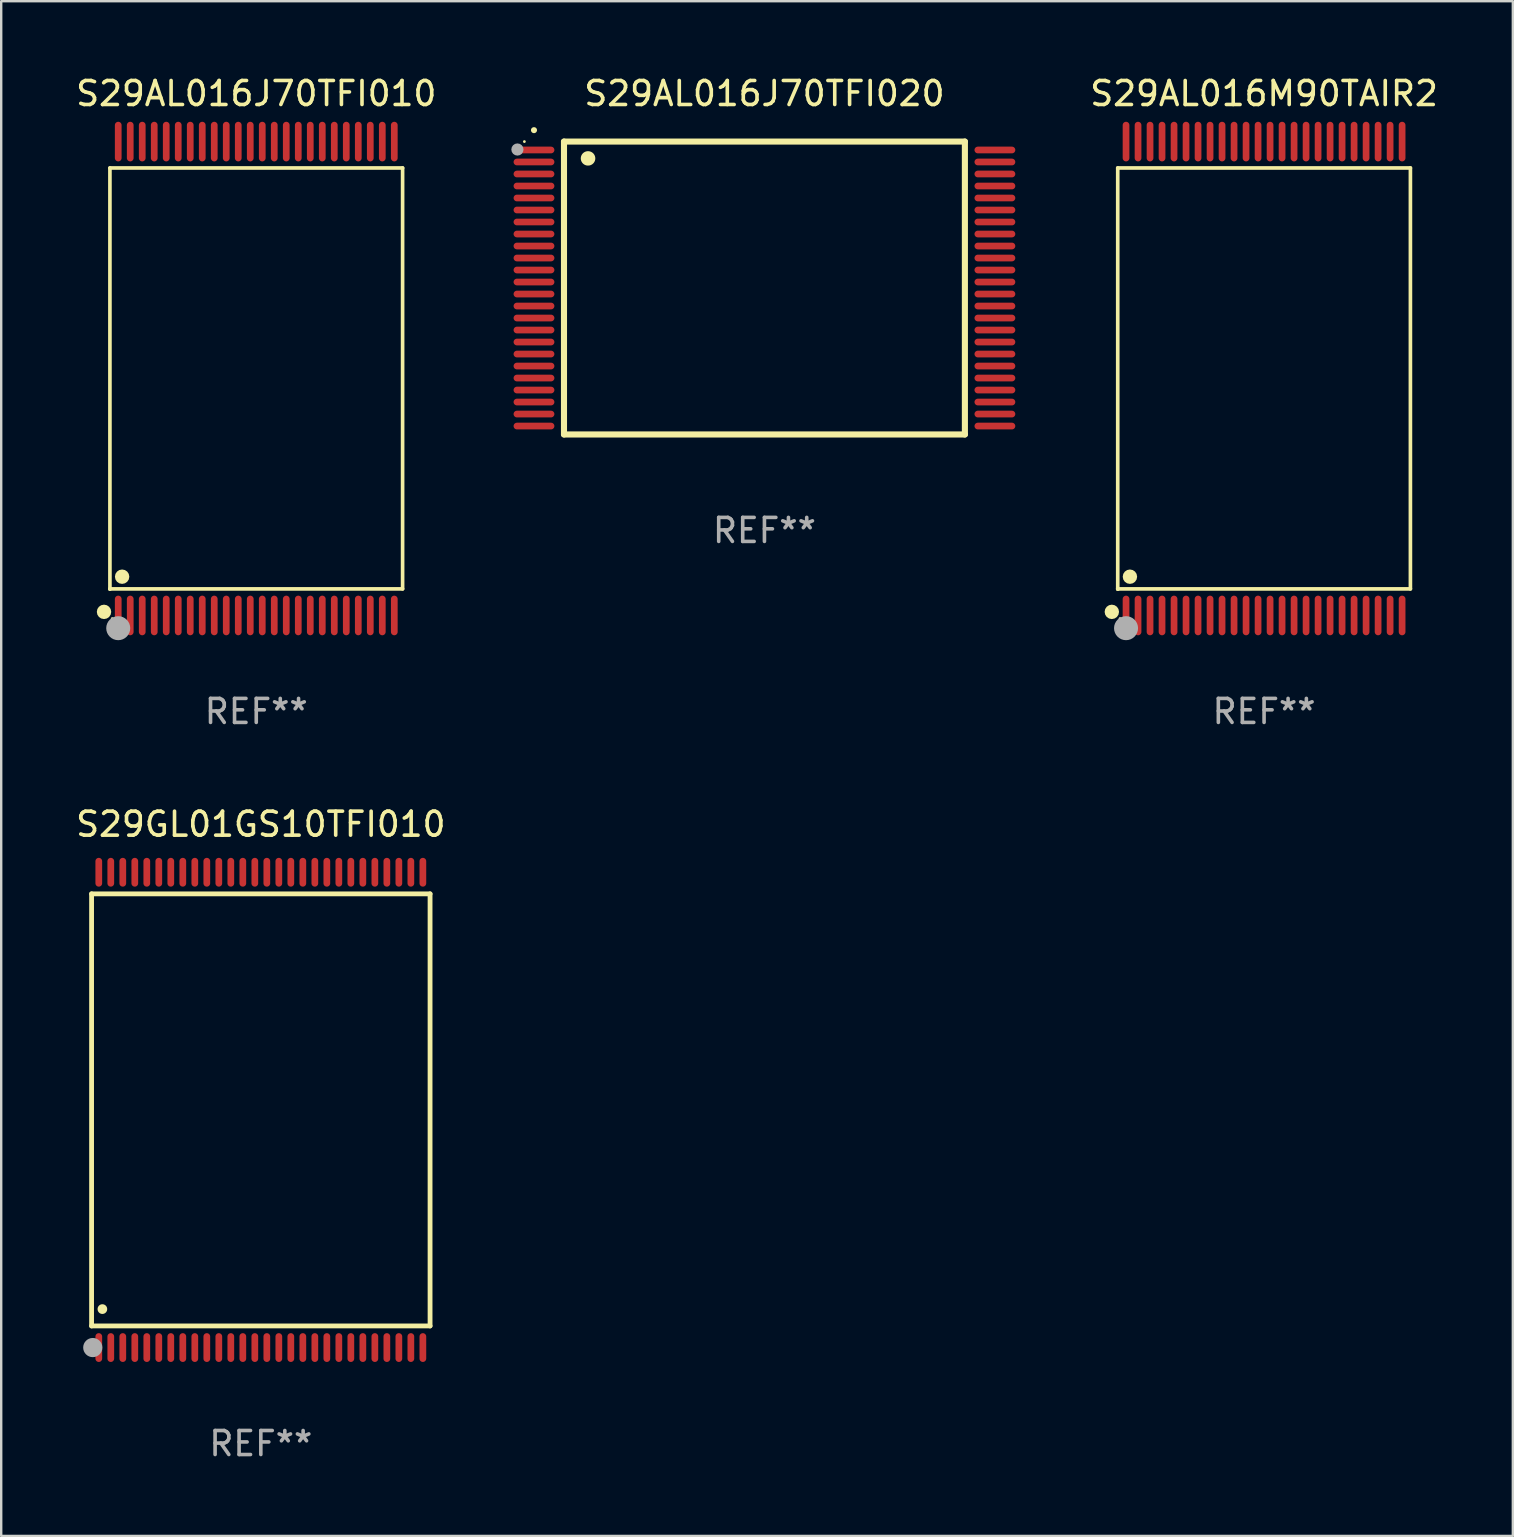
<source format=kicad_pcb>
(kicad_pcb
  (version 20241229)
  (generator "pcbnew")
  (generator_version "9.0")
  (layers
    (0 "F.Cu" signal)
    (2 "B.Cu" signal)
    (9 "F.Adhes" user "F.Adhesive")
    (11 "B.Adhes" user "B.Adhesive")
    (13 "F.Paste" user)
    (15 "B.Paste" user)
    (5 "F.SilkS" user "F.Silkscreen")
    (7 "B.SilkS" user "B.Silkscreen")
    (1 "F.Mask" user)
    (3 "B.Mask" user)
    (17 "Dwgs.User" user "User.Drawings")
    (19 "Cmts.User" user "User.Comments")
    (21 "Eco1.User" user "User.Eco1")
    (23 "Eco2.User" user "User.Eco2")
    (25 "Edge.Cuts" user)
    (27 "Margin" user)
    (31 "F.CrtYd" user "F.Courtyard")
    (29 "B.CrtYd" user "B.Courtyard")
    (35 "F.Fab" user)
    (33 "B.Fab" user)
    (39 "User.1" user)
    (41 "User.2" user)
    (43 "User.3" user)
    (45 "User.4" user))
  (footprint "S29AL016J70TFI010"
    (layer "F.Cu")
    (at 7.625 12.718)
    (property "Reference" "S29AL016J70TFI010" (at 0 -11.87 0) (layer "F.SilkS") (effects (font (size 1 1) (thickness 0.15))))
    (attr through_hole)
    (fp_line (start -6.096 -8.771) (end 6.096 -8.771) (stroke (width 0.152) (type solid)) (layer "F.SilkS"))
    (fp_line (start -6.096 8.763) (end -6.096 8.771) (stroke (width 0.152) (type solid)) (layer "F.SilkS"))
    (fp_line (start -6.096 8.771) (end -6.096 -8.771) (stroke (width 0.152) (type solid)) (layer "F.SilkS"))
    (fp_line (start 6.096 -8.771) (end 6.096 8.763) (stroke (width 0.152) (type solid)) (layer "F.SilkS"))
    (fp_line (start 6.096 8.763) (end -6.096 8.763) (stroke (width 0.152) (type solid)) (layer "F.SilkS"))
    (fp_circle (center -6.342 9.72) (end -6.192 9.72) (stroke (width 0.3) (type solid)) (fill no) (layer "F.SilkS"))
    (fp_circle (center -6 10) (end -5.97 10) (stroke (width 0.06) (type solid)) (fill no) (layer "F.SilkS"))
    (fp_circle (center -5.588 8.255) (end -5.438 8.255) (stroke (width 0.3) (type solid)) (fill no) (layer "F.SilkS"))
    (fp_circle (center -5.75 10.4) (end -5.5 10.4) (stroke (width 0.5) (type solid)) (fill no) (layer "F.Fab"))
    (fp_text user "REF**" (at 0 13.87 0) (layer "F.Fab") (effects (font (size 1 1) (thickness 0.15))))
    (pad "1" smd oval (at -5.75 9.87) (size 0.28 1.65) (layers "F.Cu" "F.Mask" "F.Paste"))
    (pad "2" smd oval (at -5.25 9.87) (size 0.28 1.65) (layers "F.Cu" "F.Mask" "F.Paste"))
    (pad "3" smd oval (at -4.75 9.87) (size 0.28 1.65) (layers "F.Cu" "F.Mask" "F.Paste"))
    (pad "4" smd oval (at -4.25 9.87) (size 0.28 1.65) (layers "F.Cu" "F.Mask" "F.Paste"))
    (pad "5" smd oval (at -3.75 9.87) (size 0.28 1.65) (layers "F.Cu" "F.Mask" "F.Paste"))
    (pad "6" smd oval (at -3.25 9.87) (size 0.28 1.65) (layers "F.Cu" "F.Mask" "F.Paste"))
    (pad "7" smd oval (at -2.75 9.87) (size 0.28 1.65) (layers "F.Cu" "F.Mask" "F.Paste"))
    (pad "8" smd oval (at -2.25 9.87) (size 0.28 1.65) (layers "F.Cu" "F.Mask" "F.Paste"))
    (pad "9" smd oval (at -1.75 9.87) (size 0.28 1.65) (layers "F.Cu" "F.Mask" "F.Paste"))
    (pad "10" smd oval (at -1.25 9.87) (size 0.28 1.65) (layers "F.Cu" "F.Mask" "F.Paste"))
    (pad "11" smd oval (at -0.75 9.87) (size 0.28 1.65) (layers "F.Cu" "F.Mask" "F.Paste"))
    (pad "12" smd oval (at -0.25 9.87) (size 0.28 1.65) (layers "F.Cu" "F.Mask" "F.Paste"))
    (pad "13" smd oval (at 0.25 9.87) (size 0.28 1.65) (layers "F.Cu" "F.Mask" "F.Paste"))
    (pad "14" smd oval (at 0.75 9.87) (size 0.28 1.65) (layers "F.Cu" "F.Mask" "F.Paste"))
    (pad "15" smd oval (at 1.25 9.87) (size 0.28 1.65) (layers "F.Cu" "F.Mask" "F.Paste"))
    (pad "16" smd oval (at 1.75 9.87) (size 0.28 1.65) (layers "F.Cu" "F.Mask" "F.Paste"))
    (pad "17" smd oval (at 2.25 9.87) (size 0.28 1.65) (layers "F.Cu" "F.Mask" "F.Paste"))
    (pad "18" smd oval (at 2.75 9.87) (size 0.28 1.65) (layers "F.Cu" "F.Mask" "F.Paste"))
    (pad "19" smd oval (at 3.25 9.87) (size 0.28 1.65) (layers "F.Cu" "F.Mask" "F.Paste"))
    (pad "20" smd oval (at 3.75 9.87) (size 0.28 1.65) (layers "F.Cu" "F.Mask" "F.Paste"))
    (pad "21" smd oval (at 4.25 9.87) (size 0.28 1.65) (layers "F.Cu" "F.Mask" "F.Paste"))
    (pad "22" smd oval (at 4.75 9.87) (size 0.28 1.65) (layers "F.Cu" "F.Mask" "F.Paste"))
    (pad "23" smd oval (at 5.25 9.87) (size 0.28 1.65) (layers "F.Cu" "F.Mask" "F.Paste"))
    (pad "24" smd oval (at 5.75 9.87) (size 0.28 1.65) (layers "F.Cu" "F.Mask" "F.Paste"))
    (pad "25" smd oval (at 5.75 -9.87) (size 0.28 1.65) (layers "F.Cu" "F.Mask" "F.Paste"))
    (pad "26" smd oval (at 5.25 -9.87) (size 0.28 1.65) (layers "F.Cu" "F.Mask" "F.Paste"))
    (pad "27" smd oval (at 4.75 -9.87) (size 0.28 1.65) (layers "F.Cu" "F.Mask" "F.Paste"))
    (pad "28" smd oval (at 4.25 -9.87) (size 0.28 1.65) (layers "F.Cu" "F.Mask" "F.Paste"))
    (pad "29" smd oval (at 3.75 -9.87) (size 0.28 1.65) (layers "F.Cu" "F.Mask" "F.Paste"))
    (pad "30" smd oval (at 3.25 -9.87) (size 0.28 1.65) (layers "F.Cu" "F.Mask" "F.Paste"))
    (pad "31" smd oval (at 2.75 -9.87) (size 0.28 1.65) (layers "F.Cu" "F.Mask" "F.Paste"))
    (pad "32" smd oval (at 2.25 -9.87) (size 0.28 1.65) (layers "F.Cu" "F.Mask" "F.Paste"))
    (pad "33" smd oval (at 1.75 -9.87) (size 0.28 1.65) (layers "F.Cu" "F.Mask" "F.Paste"))
    (pad "34" smd oval (at 1.25 -9.87) (size 0.28 1.65) (layers "F.Cu" "F.Mask" "F.Paste"))
    (pad "35" smd oval (at 0.75 -9.87) (size 0.28 1.65) (layers "F.Cu" "F.Mask" "F.Paste"))
    (pad "36" smd oval (at 0.25 -9.87) (size 0.28 1.65) (layers "F.Cu" "F.Mask" "F.Paste"))
    (pad "37" smd oval (at -0.25 -9.87) (size 0.28 1.65) (layers "F.Cu" "F.Mask" "F.Paste"))
    (pad "38" smd oval (at -0.75 -9.87) (size 0.28 1.65) (layers "F.Cu" "F.Mask" "F.Paste"))
    (pad "39" smd oval (at -1.25 -9.87) (size 0.28 1.65) (layers "F.Cu" "F.Mask" "F.Paste"))
    (pad "40" smd oval (at -1.75 -9.87) (size 0.28 1.65) (layers "F.Cu" "F.Mask" "F.Paste"))
    (pad "41" smd oval (at -2.25 -9.87) (size 0.28 1.65) (layers "F.Cu" "F.Mask" "F.Paste"))
    (pad "42" smd oval (at -2.75 -9.87) (size 0.28 1.65) (layers "F.Cu" "F.Mask" "F.Paste"))
    (pad "43" smd oval (at -3.25 -9.87) (size 0.28 1.65) (layers "F.Cu" "F.Mask" "F.Paste"))
    (pad "44" smd oval (at -3.75 -9.87) (size 0.28 1.65) (layers "F.Cu" "F.Mask" "F.Paste"))
    (pad "45" smd oval (at -4.25 -9.87) (size 0.28 1.65) (layers "F.Cu" "F.Mask" "F.Paste"))
    (pad "46" smd oval (at -4.75 -9.87) (size 0.28 1.65) (layers "F.Cu" "F.Mask" "F.Paste"))
    (pad "47" smd oval (at -5.25 -9.87) (size 0.28 1.65) (layers "F.Cu" "F.Mask" "F.Paste"))
    (pad "48" smd oval (at -5.75 -9.87) (size 0.28 1.65) (layers "F.Cu" "F.Mask" "F.Paste")))
  (footprint "S29GL01GS10TFI010"
    (layer "F.Cu")
    (at 7.815 43.185)
    (property "Reference" "S29GL01GS10TFI010" (at 0 -11.9 0) (layer "F.SilkS") (effects (font (size 1 1) (thickness 0.15))))
    (attr through_hole)
    (fp_line (start -7.05 -9) (end 7.05 -9) (stroke (width 0.2) (type solid)) (layer "F.SilkS"))
    (fp_line (start -7.05 9) (end -7.05 -9) (stroke (width 0.2) (type solid)) (layer "F.SilkS"))
    (fp_line (start 7.05 9) (end -7.05 9) (stroke (width 0.2) (type solid)) (layer "F.SilkS"))
    (fp_line (start 7.05 9) (end 7.05 -9) (stroke (width 0.2) (type solid)) (layer "F.SilkS"))
    (fp_arc (start -6.600025 8.300025) (mid -6.600041 8.297485) (end -6.600025 8.294945) (stroke (width 0.4) (type solid)) (layer "F.SilkS"))
    (fp_circle (center -7 10) (end -6.97 10) (stroke (width 0.06) (type solid)) (fill no) (layer "F.SilkS"))
    (fp_circle (center -7 9.9) (end -6.8 9.9) (stroke (width 0.4) (type solid)) (fill no) (layer "F.Fab"))
    (fp_text user "REF**" (at 0 13.9 0) (layer "F.Fab") (effects (font (size 1 1) (thickness 0.15))))
    (pad "1" smd oval (at -6.75 9.9) (size 0.28 1.2) (layers "F.Cu" "F.Mask" "F.Paste"))
    (pad "2" smd oval (at -6.25 9.9) (size 0.28 1.2) (layers "F.Cu" "F.Mask" "F.Paste"))
    (pad "3" smd oval (at -5.75 9.9) (size 0.28 1.2) (layers "F.Cu" "F.Mask" "F.Paste"))
    (pad "4" smd oval (at -5.25 9.9) (size 0.28 1.2) (layers "F.Cu" "F.Mask" "F.Paste"))
    (pad "5" smd oval (at -4.75 9.9) (size 0.28 1.2) (layers "F.Cu" "F.Mask" "F.Paste"))
    (pad "6" smd oval (at -4.25 9.9) (size 0.28 1.2) (layers "F.Cu" "F.Mask" "F.Paste"))
    (pad "7" smd oval (at -3.75 9.9) (size 0.28 1.2) (layers "F.Cu" "F.Mask" "F.Paste"))
    (pad "8" smd oval (at -3.25 9.9) (size 0.28 1.2) (layers "F.Cu" "F.Mask" "F.Paste"))
    (pad "9" smd oval (at -2.75 9.9) (size 0.28 1.2) (layers "F.Cu" "F.Mask" "F.Paste"))
    (pad "10" smd oval (at -2.25 9.9) (size 0.28 1.2) (layers "F.Cu" "F.Mask" "F.Paste"))
    (pad "11" smd oval (at -1.75 9.9) (size 0.28 1.2) (layers "F.Cu" "F.Mask" "F.Paste"))
    (pad "12" smd oval (at -1.25 9.9) (size 0.28 1.2) (layers "F.Cu" "F.Mask" "F.Paste"))
    (pad "13" smd oval (at -0.75 9.9) (size 0.28 1.2) (layers "F.Cu" "F.Mask" "F.Paste"))
    (pad "14" smd oval (at -0.25 9.9) (size 0.28 1.2) (layers "F.Cu" "F.Mask" "F.Paste"))
    (pad "15" smd oval (at 0.25 9.9) (size 0.28 1.2) (layers "F.Cu" "F.Mask" "F.Paste"))
    (pad "16" smd oval (at 0.75 9.9) (size 0.28 1.2) (layers "F.Cu" "F.Mask" "F.Paste"))
    (pad "17" smd oval (at 1.25 9.9) (size 0.28 1.2) (layers "F.Cu" "F.Mask" "F.Paste"))
    (pad "18" smd oval (at 1.75 9.9) (size 0.28 1.2) (layers "F.Cu" "F.Mask" "F.Paste"))
    (pad "19" smd oval (at 2.25 9.9) (size 0.28 1.2) (layers "F.Cu" "F.Mask" "F.Paste"))
    (pad "20" smd oval (at 2.75 9.9) (size 0.28 1.2) (layers "F.Cu" "F.Mask" "F.Paste"))
    (pad "21" smd oval (at 3.25 9.9) (size 0.28 1.2) (layers "F.Cu" "F.Mask" "F.Paste"))
    (pad "22" smd oval (at 3.75 9.9) (size 0.28 1.2) (layers "F.Cu" "F.Mask" "F.Paste"))
    (pad "23" smd oval (at 4.25 9.9) (size 0.28 1.2) (layers "F.Cu" "F.Mask" "F.Paste"))
    (pad "24" smd oval (at 4.75 9.9) (size 0.28 1.2) (layers "F.Cu" "F.Mask" "F.Paste"))
    (pad "25" smd oval (at 5.25 9.9) (size 0.28 1.2) (layers "F.Cu" "F.Mask" "F.Paste"))
    (pad "26" smd oval (at 5.75 9.9) (size 0.28 1.2) (layers "F.Cu" "F.Mask" "F.Paste"))
    (pad "27" smd oval (at 6.25 9.9) (size 0.28 1.2) (layers "F.Cu" "F.Mask" "F.Paste"))
    (pad "28" smd oval (at 6.75 9.9) (size 0.28 1.2) (layers "F.Cu" "F.Mask" "F.Paste"))
    (pad "29" smd oval (at 6.75 -9.9) (size 0.28 1.2) (layers "F.Cu" "F.Mask" "F.Paste"))
    (pad "30" smd oval (at 6.25 -9.9) (size 0.28 1.2) (layers "F.Cu" "F.Mask" "F.Paste"))
    (pad "31" smd oval (at 5.75 -9.9) (size 0.28 1.2) (layers "F.Cu" "F.Mask" "F.Paste"))
    (pad "32" smd oval (at 5.25 -9.9) (size 0.28 1.2) (layers "F.Cu" "F.Mask" "F.Paste"))
    (pad "33" smd oval (at 4.75 -9.9) (size 0.28 1.2) (layers "F.Cu" "F.Mask" "F.Paste"))
    (pad "34" smd oval (at 4.25 -9.9) (size 0.28 1.2) (layers "F.Cu" "F.Mask" "F.Paste"))
    (pad "35" smd oval (at 3.75 -9.9) (size 0.28 1.2) (layers "F.Cu" "F.Mask" "F.Paste"))
    (pad "36" smd oval (at 3.25 -9.9) (size 0.28 1.2) (layers "F.Cu" "F.Mask" "F.Paste"))
    (pad "37" smd oval (at 2.75 -9.9) (size 0.28 1.2) (layers "F.Cu" "F.Mask" "F.Paste"))
    (pad "38" smd oval (at 2.25 -9.9) (size 0.28 1.2) (layers "F.Cu" "F.Mask" "F.Paste"))
    (pad "39" smd oval (at 1.75 -9.9) (size 0.28 1.2) (layers "F.Cu" "F.Mask" "F.Paste"))
    (pad "40" smd oval (at 1.25 -9.9) (size 0.28 1.2) (layers "F.Cu" "F.Mask" "F.Paste"))
    (pad "41" smd oval (at 0.75 -9.9) (size 0.28 1.2) (layers "F.Cu" "F.Mask" "F.Paste"))
    (pad "42" smd oval (at 0.25 -9.9) (size 0.28 1.2) (layers "F.Cu" "F.Mask" "F.Paste"))
    (pad "43" smd oval (at -0.25 -9.9) (size 0.28 1.2) (layers "F.Cu" "F.Mask" "F.Paste"))
    (pad "44" smd oval (at -0.75 -9.9) (size 0.28 1.2) (layers "F.Cu" "F.Mask" "F.Paste"))
    (pad "45" smd oval (at -1.25 -9.9) (size 0.28 1.2) (layers "F.Cu" "F.Mask" "F.Paste"))
    (pad "46" smd oval (at -1.75 -9.9) (size 0.28 1.2) (layers "F.Cu" "F.Mask" "F.Paste"))
    (pad "47" smd oval (at -2.25 -9.9) (size 0.28 1.2) (layers "F.Cu" "F.Mask" "F.Paste"))
    (pad "48" smd oval (at -2.75 -9.9) (size 0.28 1.2) (layers "F.Cu" "F.Mask" "F.Paste"))
    (pad "49" smd oval (at -3.25 -9.9) (size 0.28 1.2) (layers "F.Cu" "F.Mask" "F.Paste"))
    (pad "50" smd oval (at -3.75 -9.9) (size 0.28 1.2) (layers "F.Cu" "F.Mask" "F.Paste"))
    (pad "51" smd oval (at -4.25 -9.9) (size 0.28 1.2) (layers "F.Cu" "F.Mask" "F.Paste"))
    (pad "52" smd oval (at -4.75 -9.9) (size 0.28 1.2) (layers "F.Cu" "F.Mask" "F.Paste"))
    (pad "53" smd oval (at -5.25 -9.9) (size 0.28 1.2) (layers "F.Cu" "F.Mask" "F.Paste"))
    (pad "54" smd oval (at -5.75 -9.9) (size 0.28 1.2) (layers "F.Cu" "F.Mask" "F.Paste"))
    (pad "55" smd oval (at -6.25 -9.9) (size 0.28 1.2) (layers "F.Cu" "F.Mask" "F.Paste"))
    (pad "56" smd oval (at -6.75 -9.9) (size 0.28 1.2) (layers "F.Cu" "F.Mask" "F.Paste")))
  (footprint "S29AL016J70TFI020"
    (layer "F.Cu")
    (at 28.794 8.948)
    (property "Reference" "S29AL016J70TFI020" (at 0 -8.1 0) (layer "F.SilkS") (effects (font (size 1 1) (thickness 0.15))))
    (attr through_hole)
    (fp_line (start -8.35 -6.1) (end 8.35 -6.1) (stroke (width 0.254) (type solid)) (layer "F.SilkS"))
    (fp_line (start -8.35 6.1) (end -8.35 -6.1) (stroke (width 0.254) (type solid)) (layer "F.SilkS"))
    (fp_line (start 8.35 -6.1) (end 8.35 6.1) (stroke (width 0.254) (type solid)) (layer "F.SilkS"))
    (fp_line (start 8.35 6.1) (end -8.35 6.1) (stroke (width 0.254) (type solid)) (layer "F.SilkS"))
    (fp_arc (start -9.601219 -6.57606) (mid -9.599949 -6.576066) (end -9.598679 -6.57606) (stroke (width 0.25) (type solid)) (layer "F.SilkS"))
    (fp_arc (start -7.350775 -5.400038) (mid -7.348235 -5.400049) (end -7.345695 -5.400038) (stroke (width 0.6) (type solid)) (layer "F.SilkS"))
    (fp_circle (center -10 -6.1) (end -9.97 -6.1) (stroke (width 0.06) (type solid)) (fill no) (layer "F.SilkS"))
    (fp_circle (center -10.29 -5.77) (end -10.163 -5.77) (stroke (width 0.254) (type solid)) (fill no) (layer "F.Fab"))
    (fp_text user "REF**" (at 0 10.1 0) (layer "F.Fab") (effects (font (size 1 1) (thickness 0.15))))
    (pad "1" smd oval (at -9.6 -5.75 90) (size 0.28 1.7) (layers "F.Cu" "F.Mask" "F.Paste"))
    (pad "2" smd oval (at -9.6 -5.25 90) (size 0.28 1.7) (layers "F.Cu" "F.Mask" "F.Paste"))
    (pad "3" smd oval (at -9.6 -4.75 90) (size 0.28 1.7) (layers "F.Cu" "F.Mask" "F.Paste"))
    (pad "4" smd oval (at -9.6 -4.25 90) (size 0.28 1.7) (layers "F.Cu" "F.Mask" "F.Paste"))
    (pad "5" smd oval (at -9.6 -3.75 90) (size 0.28 1.7) (layers "F.Cu" "F.Mask" "F.Paste"))
    (pad "6" smd oval (at -9.6 -3.25 90) (size 0.28 1.7) (layers "F.Cu" "F.Mask" "F.Paste"))
    (pad "7" smd oval (at -9.6 -2.75 90) (size 0.28 1.7) (layers "F.Cu" "F.Mask" "F.Paste"))
    (pad "8" smd oval (at -9.6 -2.25 90) (size 0.28 1.7) (layers "F.Cu" "F.Mask" "F.Paste"))
    (pad "9" smd oval (at -9.6 -1.75 90) (size 0.28 1.7) (layers "F.Cu" "F.Mask" "F.Paste"))
    (pad "10" smd oval (at -9.6 -1.25 90) (size 0.28 1.7) (layers "F.Cu" "F.Mask" "F.Paste"))
    (pad "11" smd oval (at -9.6 -0.75 90) (size 0.28 1.7) (layers "F.Cu" "F.Mask" "F.Paste"))
    (pad "12" smd oval (at -9.6 -0.25 90) (size 0.28 1.7) (layers "F.Cu" "F.Mask" "F.Paste"))
    (pad "13" smd oval (at -9.6 0.25 90) (size 0.28 1.7) (layers "F.Cu" "F.Mask" "F.Paste"))
    (pad "14" smd oval (at -9.6 0.75 90) (size 0.28 1.7) (layers "F.Cu" "F.Mask" "F.Paste"))
    (pad "15" smd oval (at -9.6 1.25 90) (size 0.28 1.7) (layers "F.Cu" "F.Mask" "F.Paste"))
    (pad "16" smd oval (at -9.6 1.75 90) (size 0.28 1.7) (layers "F.Cu" "F.Mask" "F.Paste"))
    (pad "17" smd oval (at -9.6 2.25 90) (size 0.28 1.7) (layers "F.Cu" "F.Mask" "F.Paste"))
    (pad "18" smd oval (at -9.6 2.75 90) (size 0.28 1.7) (layers "F.Cu" "F.Mask" "F.Paste"))
    (pad "19" smd oval (at -9.6 3.25 90) (size 0.28 1.7) (layers "F.Cu" "F.Mask" "F.Paste"))
    (pad "20" smd oval (at -9.6 3.75 90) (size 0.28 1.7) (layers "F.Cu" "F.Mask" "F.Paste"))
    (pad "21" smd oval (at -9.6 4.25 90) (size 0.28 1.7) (layers "F.Cu" "F.Mask" "F.Paste"))
    (pad "22" smd oval (at -9.6 4.75 90) (size 0.28 1.7) (layers "F.Cu" "F.Mask" "F.Paste"))
    (pad "23" smd oval (at -9.6 5.25 90) (size 0.28 1.7) (layers "F.Cu" "F.Mask" "F.Paste"))
    (pad "24" smd oval (at -9.6 5.75 90) (size 0.28 1.7) (layers "F.Cu" "F.Mask" "F.Paste"))
    (pad "25" smd oval (at 9.6 5.75 90) (size 0.28 1.7) (layers "F.Cu" "F.Mask" "F.Paste"))
    (pad "26" smd oval (at 9.6 5.25 90) (size 0.28 1.7) (layers "F.Cu" "F.Mask" "F.Paste"))
    (pad "27" smd oval (at 9.6 4.75 90) (size 0.28 1.7) (layers "F.Cu" "F.Mask" "F.Paste"))
    (pad "28" smd oval (at 9.6 4.25 90) (size 0.28 1.7) (layers "F.Cu" "F.Mask" "F.Paste"))
    (pad "29" smd oval (at 9.6 3.75 90) (size 0.28 1.7) (layers "F.Cu" "F.Mask" "F.Paste"))
    (pad "30" smd oval (at 9.6 3.25 90) (size 0.28 1.7) (layers "F.Cu" "F.Mask" "F.Paste"))
    (pad "31" smd oval (at 9.6 2.75 90) (size 0.28 1.7) (layers "F.Cu" "F.Mask" "F.Paste"))
    (pad "32" smd oval (at 9.6 2.25 90) (size 0.28 1.7) (layers "F.Cu" "F.Mask" "F.Paste"))
    (pad "33" smd oval (at 9.6 1.75 90) (size 0.28 1.7) (layers "F.Cu" "F.Mask" "F.Paste"))
    (pad "34" smd oval (at 9.6 1.25 90) (size 0.28 1.7) (layers "F.Cu" "F.Mask" "F.Paste"))
    (pad "35" smd oval (at 9.6 0.75 90) (size 0.28 1.7) (layers "F.Cu" "F.Mask" "F.Paste"))
    (pad "36" smd oval (at 9.6 0.25 90) (size 0.28 1.7) (layers "F.Cu" "F.Mask" "F.Paste"))
    (pad "37" smd oval (at 9.6 -0.25 90) (size 0.28 1.7) (layers "F.Cu" "F.Mask" "F.Paste"))
    (pad "38" smd oval (at 9.6 -0.75 90) (size 0.28 1.7) (layers "F.Cu" "F.Mask" "F.Paste"))
    (pad "39" smd oval (at 9.6 -1.25 90) (size 0.28 1.7) (layers "F.Cu" "F.Mask" "F.Paste"))
    (pad "40" smd oval (at 9.6 -1.75 90) (size 0.28 1.7) (layers "F.Cu" "F.Mask" "F.Paste"))
    (pad "41" smd oval (at 9.6 -2.25 90) (size 0.28 1.7) (layers "F.Cu" "F.Mask" "F.Paste"))
    (pad "42" smd oval (at 9.6 -2.75 90) (size 0.28 1.7) (layers "F.Cu" "F.Mask" "F.Paste"))
    (pad "43" smd oval (at 9.6 -3.25 90) (size 0.28 1.7) (layers "F.Cu" "F.Mask" "F.Paste"))
    (pad "44" smd oval (at 9.6 -3.75 90) (size 0.28 1.7) (layers "F.Cu" "F.Mask" "F.Paste"))
    (pad "45" smd oval (at 9.6 -4.25 90) (size 0.28 1.7) (layers "F.Cu" "F.Mask" "F.Paste"))
    (pad "46" smd oval (at 9.6 -4.75 90) (size 0.28 1.7) (layers "F.Cu" "F.Mask" "F.Paste"))
    (pad "47" smd oval (at 9.6 -5.25 90) (size 0.28 1.7) (layers "F.Cu" "F.Mask" "F.Paste"))
    (pad "48" smd oval (at 9.6 -5.75 90) (size 0.28 1.7) (layers "F.Cu" "F.Mask" "F.Paste")))
  (footprint "S29AL016M90TAIR2"
    (layer "F.Cu")
    (at 49.607 12.718)
    (property "Reference" "S29AL016M90TAIR2" (at 0 -11.87 0) (layer "F.SilkS") (effects (font (size 1 1) (thickness 0.15))))
    (attr through_hole)
    (fp_line (start -6.096 -8.771) (end 6.096 -8.771) (stroke (width 0.152) (type solid)) (layer "F.SilkS"))
    (fp_line (start -6.096 8.763) (end -6.096 8.771) (stroke (width 0.152) (type solid)) (layer "F.SilkS"))
    (fp_line (start -6.096 8.771) (end -6.096 -8.771) (stroke (width 0.152) (type solid)) (layer "F.SilkS"))
    (fp_line (start 6.096 -8.771) (end 6.096 8.763) (stroke (width 0.152) (type solid)) (layer "F.SilkS"))
    (fp_line (start 6.096 8.763) (end -6.096 8.763) (stroke (width 0.152) (type solid)) (layer "F.SilkS"))
    (fp_circle (center -6.342 9.72) (end -6.192 9.72) (stroke (width 0.3) (type solid)) (fill no) (layer "F.SilkS"))
    (fp_circle (center -6 10) (end -5.97 10) (stroke (width 0.06) (type solid)) (fill no) (layer "F.SilkS"))
    (fp_circle (center -5.588 8.255) (end -5.438 8.255) (stroke (width 0.3) (type solid)) (fill no) (layer "F.SilkS"))
    (fp_circle (center -5.75 10.4) (end -5.5 10.4) (stroke (width 0.5) (type solid)) (fill no) (layer "F.Fab"))
    (fp_text user "REF**" (at 0 13.87 0) (layer "F.Fab") (effects (font (size 1 1) (thickness 0.15))))
    (pad "1" smd oval (at -5.75 9.87) (size 0.28 1.65) (layers "F.Cu" "F.Mask" "F.Paste"))
    (pad "2" smd oval (at -5.25 9.87) (size 0.28 1.65) (layers "F.Cu" "F.Mask" "F.Paste"))
    (pad "3" smd oval (at -4.75 9.87) (size 0.28 1.65) (layers "F.Cu" "F.Mask" "F.Paste"))
    (pad "4" smd oval (at -4.25 9.87) (size 0.28 1.65) (layers "F.Cu" "F.Mask" "F.Paste"))
    (pad "5" smd oval (at -3.75 9.87) (size 0.28 1.65) (layers "F.Cu" "F.Mask" "F.Paste"))
    (pad "6" smd oval (at -3.25 9.87) (size 0.28 1.65) (layers "F.Cu" "F.Mask" "F.Paste"))
    (pad "7" smd oval (at -2.75 9.87) (size 0.28 1.65) (layers "F.Cu" "F.Mask" "F.Paste"))
    (pad "8" smd oval (at -2.25 9.87) (size 0.28 1.65) (layers "F.Cu" "F.Mask" "F.Paste"))
    (pad "9" smd oval (at -1.75 9.87) (size 0.28 1.65) (layers "F.Cu" "F.Mask" "F.Paste"))
    (pad "10" smd oval (at -1.25 9.87) (size 0.28 1.65) (layers "F.Cu" "F.Mask" "F.Paste"))
    (pad "11" smd oval (at -0.75 9.87) (size 0.28 1.65) (layers "F.Cu" "F.Mask" "F.Paste"))
    (pad "12" smd oval (at -0.25 9.87) (size 0.28 1.65) (layers "F.Cu" "F.Mask" "F.Paste"))
    (pad "13" smd oval (at 0.25 9.87) (size 0.28 1.65) (layers "F.Cu" "F.Mask" "F.Paste"))
    (pad "14" smd oval (at 0.75 9.87) (size 0.28 1.65) (layers "F.Cu" "F.Mask" "F.Paste"))
    (pad "15" smd oval (at 1.25 9.87) (size 0.28 1.65) (layers "F.Cu" "F.Mask" "F.Paste"))
    (pad "16" smd oval (at 1.75 9.87) (size 0.28 1.65) (layers "F.Cu" "F.Mask" "F.Paste"))
    (pad "17" smd oval (at 2.25 9.87) (size 0.28 1.65) (layers "F.Cu" "F.Mask" "F.Paste"))
    (pad "18" smd oval (at 2.75 9.87) (size 0.28 1.65) (layers "F.Cu" "F.Mask" "F.Paste"))
    (pad "19" smd oval (at 3.25 9.87) (size 0.28 1.65) (layers "F.Cu" "F.Mask" "F.Paste"))
    (pad "20" smd oval (at 3.75 9.87) (size 0.28 1.65) (layers "F.Cu" "F.Mask" "F.Paste"))
    (pad "21" smd oval (at 4.25 9.87) (size 0.28 1.65) (layers "F.Cu" "F.Mask" "F.Paste"))
    (pad "22" smd oval (at 4.75 9.87) (size 0.28 1.65) (layers "F.Cu" "F.Mask" "F.Paste"))
    (pad "23" smd oval (at 5.25 9.87) (size 0.28 1.65) (layers "F.Cu" "F.Mask" "F.Paste"))
    (pad "24" smd oval (at 5.75 9.87) (size 0.28 1.65) (layers "F.Cu" "F.Mask" "F.Paste"))
    (pad "25" smd oval (at 5.75 -9.87) (size 0.28 1.65) (layers "F.Cu" "F.Mask" "F.Paste"))
    (pad "26" smd oval (at 5.25 -9.87) (size 0.28 1.65) (layers "F.Cu" "F.Mask" "F.Paste"))
    (pad "27" smd oval (at 4.75 -9.87) (size 0.28 1.65) (layers "F.Cu" "F.Mask" "F.Paste"))
    (pad "28" smd oval (at 4.25 -9.87) (size 0.28 1.65) (layers "F.Cu" "F.Mask" "F.Paste"))
    (pad "29" smd oval (at 3.75 -9.87) (size 0.28 1.65) (layers "F.Cu" "F.Mask" "F.Paste"))
    (pad "30" smd oval (at 3.25 -9.87) (size 0.28 1.65) (layers "F.Cu" "F.Mask" "F.Paste"))
    (pad "31" smd oval (at 2.75 -9.87) (size 0.28 1.65) (layers "F.Cu" "F.Mask" "F.Paste"))
    (pad "32" smd oval (at 2.25 -9.87) (size 0.28 1.65) (layers "F.Cu" "F.Mask" "F.Paste"))
    (pad "33" smd oval (at 1.75 -9.87) (size 0.28 1.65) (layers "F.Cu" "F.Mask" "F.Paste"))
    (pad "34" smd oval (at 1.25 -9.87) (size 0.28 1.65) (layers "F.Cu" "F.Mask" "F.Paste"))
    (pad "35" smd oval (at 0.75 -9.87) (size 0.28 1.65) (layers "F.Cu" "F.Mask" "F.Paste"))
    (pad "36" smd oval (at 0.25 -9.87) (size 0.28 1.65) (layers "F.Cu" "F.Mask" "F.Paste"))
    (pad "37" smd oval (at -0.25 -9.87) (size 0.28 1.65) (layers "F.Cu" "F.Mask" "F.Paste"))
    (pad "38" smd oval (at -0.75 -9.87) (size 0.28 1.65) (layers "F.Cu" "F.Mask" "F.Paste"))
    (pad "39" smd oval (at -1.25 -9.87) (size 0.28 1.65) (layers "F.Cu" "F.Mask" "F.Paste"))
    (pad "40" smd oval (at -1.75 -9.87) (size 0.28 1.65) (layers "F.Cu" "F.Mask" "F.Paste"))
    (pad "41" smd oval (at -2.25 -9.87) (size 0.28 1.65) (layers "F.Cu" "F.Mask" "F.Paste"))
    (pad "42" smd oval (at -2.75 -9.87) (size 0.28 1.65) (layers "F.Cu" "F.Mask" "F.Paste"))
    (pad "43" smd oval (at -3.25 -9.87) (size 0.28 1.65) (layers "F.Cu" "F.Mask" "F.Paste"))
    (pad "44" smd oval (at -3.75 -9.87) (size 0.28 1.65) (layers "F.Cu" "F.Mask" "F.Paste"))
    (pad "45" smd oval (at -4.25 -9.87) (size 0.28 1.65) (layers "F.Cu" "F.Mask" "F.Paste"))
    (pad "46" smd oval (at -4.75 -9.87) (size 0.28 1.65) (layers "F.Cu" "F.Mask" "F.Paste"))
    (pad "47" smd oval (at -5.25 -9.87) (size 0.28 1.65) (layers "F.Cu" "F.Mask" "F.Paste"))
    (pad "48" smd oval (at -5.75 -9.87) (size 0.28 1.65) (layers "F.Cu" "F.Mask" "F.Paste")))
  (gr_rect
    (start -3 -3)
    (end 59.97 60.933)
    (stroke (width 0.1) (type default))
    (fill no)
    (layer "Edge.Cuts")))
</source>
